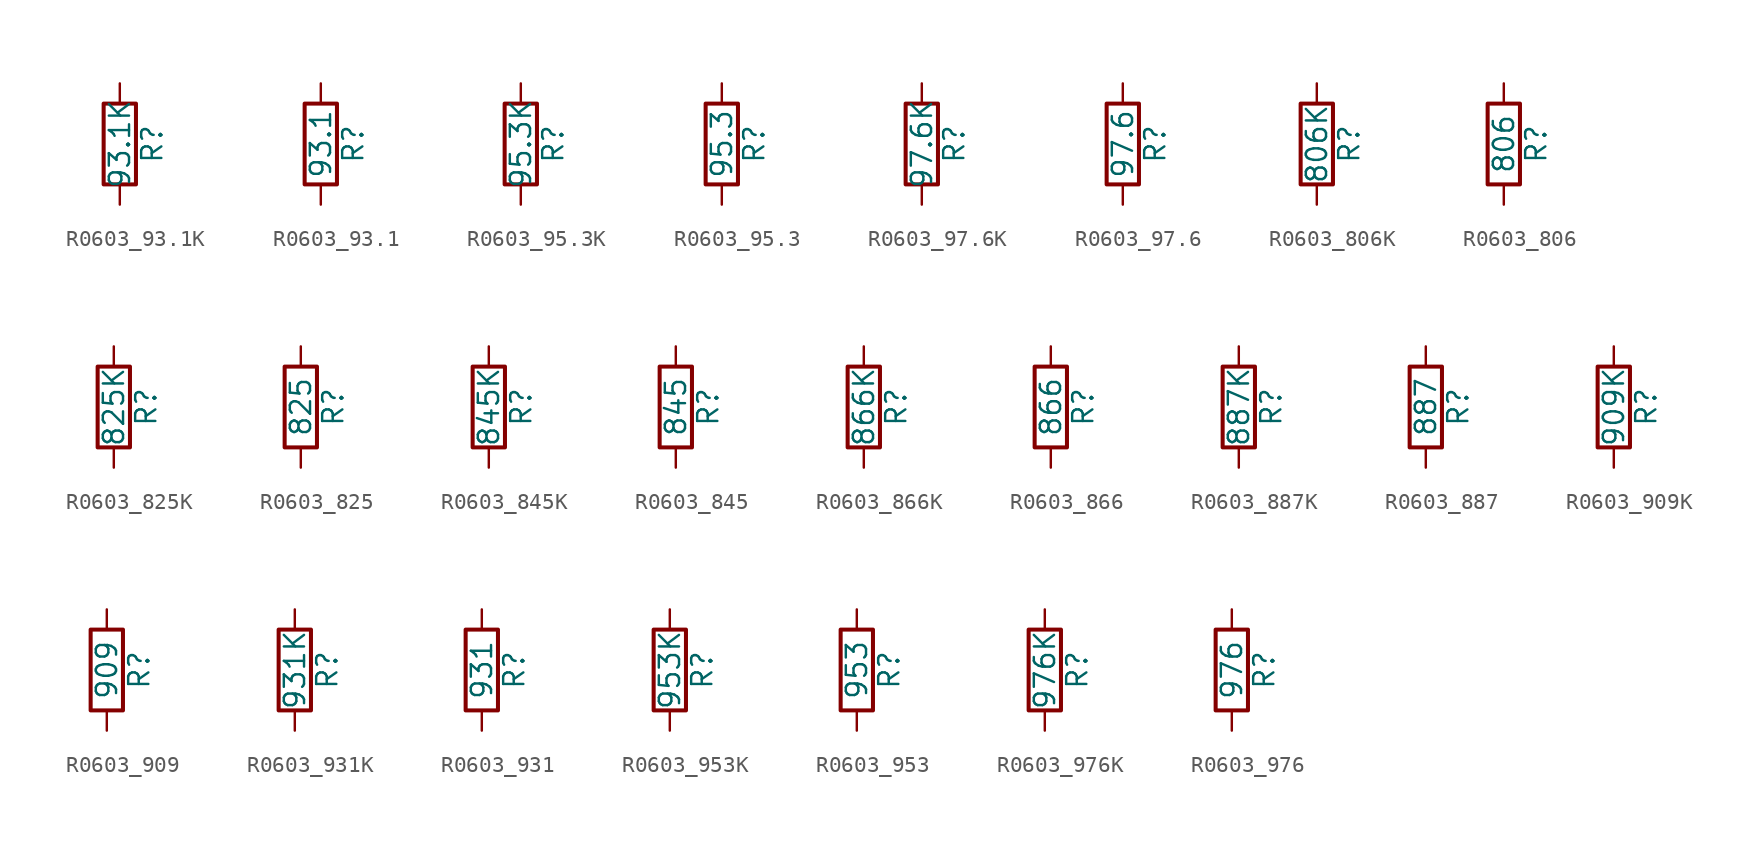
<source format=kicad_sym>
(kicad_symbol_lib
  (version 20211014)
  (generator atlantix-eda)
  (symbol "R0603_93.1K"
    (pin_numbers hide)
    (pin_names
      (offset 0))
    (property "Reference" "R"
      (at 2.032 0 90)
      (effects (font (size 1.27 1.27))))
    (property "Value" "93.1K"
      (at 0 0 90)
      (effects (font (size 1.27 1.27))))
    (symbol "R0603_93.1K_0_1"
      (rectangle (start -1.016 -2.54) (end 1.016 2.54) (stroke (width 0.254) (type default) (color 0 0 0 0)) (fill (type none))))
    (symbol "R0603_93.1K_1_1"
      (pin passive line (at 0 3.81 270) (length 1.27) (name "~" (effects (font (size 1.27 1.27)))) (number "1" (effects (font (size 1.27 1.27)))))
      (pin passive line (at 0 -3.81 90) (length 1.27) (name "~" (effects (font (size 1.27 1.27)))) (number "2" (effects (font (size 1.27 1.27)))))))
  (symbol "R0603_93.1"
    (pin_numbers hide)
    (pin_names
      (offset 0))
    (property "Reference" "R"
      (at 2.032 0 90)
      (effects (font (size 1.27 1.27))))
    (property "Value" "93.1"
      (at 0 0 90)
      (effects (font (size 1.27 1.27))))
    (symbol "R0603_93.1_0_1"
      (rectangle (start -1.016 -2.54) (end 1.016 2.54) (stroke (width 0.254) (type default) (color 0 0 0 0)) (fill (type none))))
    (symbol "R0603_93.1_1_1"
      (pin passive line (at 0 3.81 270) (length 1.27) (name "~" (effects (font (size 1.27 1.27)))) (number "1" (effects (font (size 1.27 1.27)))))
      (pin passive line (at 0 -3.81 90) (length 1.27) (name "~" (effects (font (size 1.27 1.27)))) (number "2" (effects (font (size 1.27 1.27)))))))
  (symbol "R0603_95.3K"
    (pin_numbers hide)
    (pin_names
      (offset 0))
    (property "Reference" "R"
      (at 2.032 0 90)
      (effects (font (size 1.27 1.27))))
    (property "Value" "95.3K"
      (at 0 0 90)
      (effects (font (size 1.27 1.27))))
    (symbol "R0603_95.3K_0_1"
      (rectangle (start -1.016 -2.54) (end 1.016 2.54) (stroke (width 0.254) (type default) (color 0 0 0 0)) (fill (type none))))
    (symbol "R0603_95.3K_1_1"
      (pin passive line (at 0 3.81 270) (length 1.27) (name "~" (effects (font (size 1.27 1.27)))) (number "1" (effects (font (size 1.27 1.27)))))
      (pin passive line (at 0 -3.81 90) (length 1.27) (name "~" (effects (font (size 1.27 1.27)))) (number "2" (effects (font (size 1.27 1.27)))))))
  (symbol "R0603_95.3"
    (pin_numbers hide)
    (pin_names
      (offset 0))
    (property "Reference" "R"
      (at 2.032 0 90)
      (effects (font (size 1.27 1.27))))
    (property "Value" "95.3"
      (at 0 0 90)
      (effects (font (size 1.27 1.27))))
    (symbol "R0603_95.3_0_1"
      (rectangle (start -1.016 -2.54) (end 1.016 2.54) (stroke (width 0.254) (type default) (color 0 0 0 0)) (fill (type none))))
    (symbol "R0603_95.3_1_1"
      (pin passive line (at 0 3.81 270) (length 1.27) (name "~" (effects (font (size 1.27 1.27)))) (number "1" (effects (font (size 1.27 1.27)))))
      (pin passive line (at 0 -3.81 90) (length 1.27) (name "~" (effects (font (size 1.27 1.27)))) (number "2" (effects (font (size 1.27 1.27)))))))
  (symbol "R0603_97.6K"
    (pin_numbers hide)
    (pin_names
      (offset 0))
    (property "Reference" "R"
      (at 2.032 0 90)
      (effects (font (size 1.27 1.27))))
    (property "Value" "97.6K"
      (at 0 0 90)
      (effects (font (size 1.27 1.27))))
    (symbol "R0603_97.6K_0_1"
      (rectangle (start -1.016 -2.54) (end 1.016 2.54) (stroke (width 0.254) (type default) (color 0 0 0 0)) (fill (type none))))
    (symbol "R0603_97.6K_1_1"
      (pin passive line (at 0 3.81 270) (length 1.27) (name "~" (effects (font (size 1.27 1.27)))) (number "1" (effects (font (size 1.27 1.27)))))
      (pin passive line (at 0 -3.81 90) (length 1.27) (name "~" (effects (font (size 1.27 1.27)))) (number "2" (effects (font (size 1.27 1.27)))))))
  (symbol "R0603_97.6"
    (pin_numbers hide)
    (pin_names
      (offset 0))
    (property "Reference" "R"
      (at 2.032 0 90)
      (effects (font (size 1.27 1.27))))
    (property "Value" "97.6"
      (at 0 0 90)
      (effects (font (size 1.27 1.27))))
    (symbol "R0603_97.6_0_1"
      (rectangle (start -1.016 -2.54) (end 1.016 2.54) (stroke (width 0.254) (type default) (color 0 0 0 0)) (fill (type none))))
    (symbol "R0603_97.6_1_1"
      (pin passive line (at 0 3.81 270) (length 1.27) (name "~" (effects (font (size 1.27 1.27)))) (number "1" (effects (font (size 1.27 1.27)))))
      (pin passive line (at 0 -3.81 90) (length 1.27) (name "~" (effects (font (size 1.27 1.27)))) (number "2" (effects (font (size 1.27 1.27)))))))
  (symbol "R0603_806K"
    (pin_numbers hide)
    (pin_names
      (offset 0))
    (property "Reference" "R"
      (at 2.032 0 90)
      (effects (font (size 1.27 1.27))))
    (property "Value" "806K"
      (at 0 0 90)
      (effects (font (size 1.27 1.27))))
    (symbol "R0603_806K_0_1"
      (rectangle (start -1.016 -2.54) (end 1.016 2.54) (stroke (width 0.254) (type default) (color 0 0 0 0)) (fill (type none))))
    (symbol "R0603_806K_1_1"
      (pin passive line (at 0 3.81 270) (length 1.27) (name "~" (effects (font (size 1.27 1.27)))) (number "1" (effects (font (size 1.27 1.27)))))
      (pin passive line (at 0 -3.81 90) (length 1.27) (name "~" (effects (font (size 1.27 1.27)))) (number "2" (effects (font (size 1.27 1.27)))))))
  (symbol "R0603_806"
    (pin_numbers hide)
    (pin_names
      (offset 0))
    (property "Reference" "R"
      (at 2.032 0 90)
      (effects (font (size 1.27 1.27))))
    (property "Value" "806"
      (at 0 0 90)
      (effects (font (size 1.27 1.27))))
    (symbol "R0603_806_0_1"
      (rectangle (start -1.016 -2.54) (end 1.016 2.54) (stroke (width 0.254) (type default) (color 0 0 0 0)) (fill (type none))))
    (symbol "R0603_806_1_1"
      (pin passive line (at 0 3.81 270) (length 1.27) (name "~" (effects (font (size 1.27 1.27)))) (number "1" (effects (font (size 1.27 1.27)))))
      (pin passive line (at 0 -3.81 90) (length 1.27) (name "~" (effects (font (size 1.27 1.27)))) (number "2" (effects (font (size 1.27 1.27)))))))
  (symbol "R0603_825K"
    (pin_numbers hide)
    (pin_names
      (offset 0))
    (property "Reference" "R"
      (at 2.032 0 90)
      (effects (font (size 1.27 1.27))))
    (property "Value" "825K"
      (at 0 0 90)
      (effects (font (size 1.27 1.27))))
    (symbol "R0603_825K_0_1"
      (rectangle (start -1.016 -2.54) (end 1.016 2.54) (stroke (width 0.254) (type default) (color 0 0 0 0)) (fill (type none))))
    (symbol "R0603_825K_1_1"
      (pin passive line (at 0 3.81 270) (length 1.27) (name "~" (effects (font (size 1.27 1.27)))) (number "1" (effects (font (size 1.27 1.27)))))
      (pin passive line (at 0 -3.81 90) (length 1.27) (name "~" (effects (font (size 1.27 1.27)))) (number "2" (effects (font (size 1.27 1.27)))))))
  (symbol "R0603_825"
    (pin_numbers hide)
    (pin_names
      (offset 0))
    (property "Reference" "R"
      (at 2.032 0 90)
      (effects (font (size 1.27 1.27))))
    (property "Value" "825"
      (at 0 0 90)
      (effects (font (size 1.27 1.27))))
    (symbol "R0603_825_0_1"
      (rectangle (start -1.016 -2.54) (end 1.016 2.54) (stroke (width 0.254) (type default) (color 0 0 0 0)) (fill (type none))))
    (symbol "R0603_825_1_1"
      (pin passive line (at 0 3.81 270) (length 1.27) (name "~" (effects (font (size 1.27 1.27)))) (number "1" (effects (font (size 1.27 1.27)))))
      (pin passive line (at 0 -3.81 90) (length 1.27) (name "~" (effects (font (size 1.27 1.27)))) (number "2" (effects (font (size 1.27 1.27)))))))
  (symbol "R0603_845K"
    (pin_numbers hide)
    (pin_names
      (offset 0))
    (property "Reference" "R"
      (at 2.032 0 90)
      (effects (font (size 1.27 1.27))))
    (property "Value" "845K"
      (at 0 0 90)
      (effects (font (size 1.27 1.27))))
    (symbol "R0603_845K_0_1"
      (rectangle (start -1.016 -2.54) (end 1.016 2.54) (stroke (width 0.254) (type default) (color 0 0 0 0)) (fill (type none))))
    (symbol "R0603_845K_1_1"
      (pin passive line (at 0 3.81 270) (length 1.27) (name "~" (effects (font (size 1.27 1.27)))) (number "1" (effects (font (size 1.27 1.27)))))
      (pin passive line (at 0 -3.81 90) (length 1.27) (name "~" (effects (font (size 1.27 1.27)))) (number "2" (effects (font (size 1.27 1.27)))))))
  (symbol "R0603_845"
    (pin_numbers hide)
    (pin_names
      (offset 0))
    (property "Reference" "R"
      (at 2.032 0 90)
      (effects (font (size 1.27 1.27))))
    (property "Value" "845"
      (at 0 0 90)
      (effects (font (size 1.27 1.27))))
    (symbol "R0603_845_0_1"
      (rectangle (start -1.016 -2.54) (end 1.016 2.54) (stroke (width 0.254) (type default) (color 0 0 0 0)) (fill (type none))))
    (symbol "R0603_845_1_1"
      (pin passive line (at 0 3.81 270) (length 1.27) (name "~" (effects (font (size 1.27 1.27)))) (number "1" (effects (font (size 1.27 1.27)))))
      (pin passive line (at 0 -3.81 90) (length 1.27) (name "~" (effects (font (size 1.27 1.27)))) (number "2" (effects (font (size 1.27 1.27)))))))
  (symbol "R0603_866K"
    (pin_numbers hide)
    (pin_names
      (offset 0))
    (property "Reference" "R"
      (at 2.032 0 90)
      (effects (font (size 1.27 1.27))))
    (property "Value" "866K"
      (at 0 0 90)
      (effects (font (size 1.27 1.27))))
    (symbol "R0603_866K_0_1"
      (rectangle (start -1.016 -2.54) (end 1.016 2.54) (stroke (width 0.254) (type default) (color 0 0 0 0)) (fill (type none))))
    (symbol "R0603_866K_1_1"
      (pin passive line (at 0 3.81 270) (length 1.27) (name "~" (effects (font (size 1.27 1.27)))) (number "1" (effects (font (size 1.27 1.27)))))
      (pin passive line (at 0 -3.81 90) (length 1.27) (name "~" (effects (font (size 1.27 1.27)))) (number "2" (effects (font (size 1.27 1.27)))))))
  (symbol "R0603_866"
    (pin_numbers hide)
    (pin_names
      (offset 0))
    (property "Reference" "R"
      (at 2.032 0 90)
      (effects (font (size 1.27 1.27))))
    (property "Value" "866"
      (at 0 0 90)
      (effects (font (size 1.27 1.27))))
    (symbol "R0603_866_0_1"
      (rectangle (start -1.016 -2.54) (end 1.016 2.54) (stroke (width 0.254) (type default) (color 0 0 0 0)) (fill (type none))))
    (symbol "R0603_866_1_1"
      (pin passive line (at 0 3.81 270) (length 1.27) (name "~" (effects (font (size 1.27 1.27)))) (number "1" (effects (font (size 1.27 1.27)))))
      (pin passive line (at 0 -3.81 90) (length 1.27) (name "~" (effects (font (size 1.27 1.27)))) (number "2" (effects (font (size 1.27 1.27)))))))
  (symbol "R0603_887K"
    (pin_numbers hide)
    (pin_names
      (offset 0))
    (property "Reference" "R"
      (at 2.032 0 90)
      (effects (font (size 1.27 1.27))))
    (property "Value" "887K"
      (at 0 0 90)
      (effects (font (size 1.27 1.27))))
    (symbol "R0603_887K_0_1"
      (rectangle (start -1.016 -2.54) (end 1.016 2.54) (stroke (width 0.254) (type default) (color 0 0 0 0)) (fill (type none))))
    (symbol "R0603_887K_1_1"
      (pin passive line (at 0 3.81 270) (length 1.27) (name "~" (effects (font (size 1.27 1.27)))) (number "1" (effects (font (size 1.27 1.27)))))
      (pin passive line (at 0 -3.81 90) (length 1.27) (name "~" (effects (font (size 1.27 1.27)))) (number "2" (effects (font (size 1.27 1.27)))))))
  (symbol "R0603_887"
    (pin_numbers hide)
    (pin_names
      (offset 0))
    (property "Reference" "R"
      (at 2.032 0 90)
      (effects (font (size 1.27 1.27))))
    (property "Value" "887"
      (at 0 0 90)
      (effects (font (size 1.27 1.27))))
    (symbol "R0603_887_0_1"
      (rectangle (start -1.016 -2.54) (end 1.016 2.54) (stroke (width 0.254) (type default) (color 0 0 0 0)) (fill (type none))))
    (symbol "R0603_887_1_1"
      (pin passive line (at 0 3.81 270) (length 1.27) (name "~" (effects (font (size 1.27 1.27)))) (number "1" (effects (font (size 1.27 1.27)))))
      (pin passive line (at 0 -3.81 90) (length 1.27) (name "~" (effects (font (size 1.27 1.27)))) (number "2" (effects (font (size 1.27 1.27)))))))
  (symbol "R0603_909K"
    (pin_numbers hide)
    (pin_names
      (offset 0))
    (property "Reference" "R"
      (at 2.032 0 90)
      (effects (font (size 1.27 1.27))))
    (property "Value" "909K"
      (at 0 0 90)
      (effects (font (size 1.27 1.27))))
    (symbol "R0603_909K_0_1"
      (rectangle (start -1.016 -2.54) (end 1.016 2.54) (stroke (width 0.254) (type default) (color 0 0 0 0)) (fill (type none))))
    (symbol "R0603_909K_1_1"
      (pin passive line (at 0 3.81 270) (length 1.27) (name "~" (effects (font (size 1.27 1.27)))) (number "1" (effects (font (size 1.27 1.27)))))
      (pin passive line (at 0 -3.81 90) (length 1.27) (name "~" (effects (font (size 1.27 1.27)))) (number "2" (effects (font (size 1.27 1.27)))))))
  (symbol "R0603_909"
    (pin_numbers hide)
    (pin_names
      (offset 0))
    (property "Reference" "R"
      (at 2.032 0 90)
      (effects (font (size 1.27 1.27))))
    (property "Value" "909"
      (at 0 0 90)
      (effects (font (size 1.27 1.27))))
    (symbol "R0603_909_0_1"
      (rectangle (start -1.016 -2.54) (end 1.016 2.54) (stroke (width 0.254) (type default) (color 0 0 0 0)) (fill (type none))))
    (symbol "R0603_909_1_1"
      (pin passive line (at 0 3.81 270) (length 1.27) (name "~" (effects (font (size 1.27 1.27)))) (number "1" (effects (font (size 1.27 1.27)))))
      (pin passive line (at 0 -3.81 90) (length 1.27) (name "~" (effects (font (size 1.27 1.27)))) (number "2" (effects (font (size 1.27 1.27)))))))
  (symbol "R0603_931K"
    (pin_numbers hide)
    (pin_names
      (offset 0))
    (property "Reference" "R"
      (at 2.032 0 90)
      (effects (font (size 1.27 1.27))))
    (property "Value" "931K"
      (at 0 0 90)
      (effects (font (size 1.27 1.27))))
    (symbol "R0603_931K_0_1"
      (rectangle (start -1.016 -2.54) (end 1.016 2.54) (stroke (width 0.254) (type default) (color 0 0 0 0)) (fill (type none))))
    (symbol "R0603_931K_1_1"
      (pin passive line (at 0 3.81 270) (length 1.27) (name "~" (effects (font (size 1.27 1.27)))) (number "1" (effects (font (size 1.27 1.27)))))
      (pin passive line (at 0 -3.81 90) (length 1.27) (name "~" (effects (font (size 1.27 1.27)))) (number "2" (effects (font (size 1.27 1.27)))))))
  (symbol "R0603_931"
    (pin_numbers hide)
    (pin_names
      (offset 0))
    (property "Reference" "R"
      (at 2.032 0 90)
      (effects (font (size 1.27 1.27))))
    (property "Value" "931"
      (at 0 0 90)
      (effects (font (size 1.27 1.27))))
    (symbol "R0603_931_0_1"
      (rectangle (start -1.016 -2.54) (end 1.016 2.54) (stroke (width 0.254) (type default) (color 0 0 0 0)) (fill (type none))))
    (symbol "R0603_931_1_1"
      (pin passive line (at 0 3.81 270) (length 1.27) (name "~" (effects (font (size 1.27 1.27)))) (number "1" (effects (font (size 1.27 1.27)))))
      (pin passive line (at 0 -3.81 90) (length 1.27) (name "~" (effects (font (size 1.27 1.27)))) (number "2" (effects (font (size 1.27 1.27)))))))
  (symbol "R0603_953K"
    (pin_numbers hide)
    (pin_names
      (offset 0))
    (property "Reference" "R"
      (at 2.032 0 90)
      (effects (font (size 1.27 1.27))))
    (property "Value" "953K"
      (at 0 0 90)
      (effects (font (size 1.27 1.27))))
    (symbol "R0603_953K_0_1"
      (rectangle (start -1.016 -2.54) (end 1.016 2.54) (stroke (width 0.254) (type default) (color 0 0 0 0)) (fill (type none))))
    (symbol "R0603_953K_1_1"
      (pin passive line (at 0 3.81 270) (length 1.27) (name "~" (effects (font (size 1.27 1.27)))) (number "1" (effects (font (size 1.27 1.27)))))
      (pin passive line (at 0 -3.81 90) (length 1.27) (name "~" (effects (font (size 1.27 1.27)))) (number "2" (effects (font (size 1.27 1.27)))))))
  (symbol "R0603_953"
    (pin_numbers hide)
    (pin_names
      (offset 0))
    (property "Reference" "R"
      (at 2.032 0 90)
      (effects (font (size 1.27 1.27))))
    (property "Value" "953"
      (at 0 0 90)
      (effects (font (size 1.27 1.27))))
    (symbol "R0603_953_0_1"
      (rectangle (start -1.016 -2.54) (end 1.016 2.54) (stroke (width 0.254) (type default) (color 0 0 0 0)) (fill (type none))))
    (symbol "R0603_953_1_1"
      (pin passive line (at 0 3.81 270) (length 1.27) (name "~" (effects (font (size 1.27 1.27)))) (number "1" (effects (font (size 1.27 1.27)))))
      (pin passive line (at 0 -3.81 90) (length 1.27) (name "~" (effects (font (size 1.27 1.27)))) (number "2" (effects (font (size 1.27 1.27)))))))
  (symbol "R0603_976K"
    (pin_numbers hide)
    (pin_names
      (offset 0))
    (property "Reference" "R"
      (at 2.032 0 90)
      (effects (font (size 1.27 1.27))))
    (property "Value" "976K"
      (at 0 0 90)
      (effects (font (size 1.27 1.27))))
    (symbol "R0603_976K_0_1"
      (rectangle (start -1.016 -2.54) (end 1.016 2.54) (stroke (width 0.254) (type default) (color 0 0 0 0)) (fill (type none))))
    (symbol "R0603_976K_1_1"
      (pin passive line (at 0 3.81 270) (length 1.27) (name "~" (effects (font (size 1.27 1.27)))) (number "1" (effects (font (size 1.27 1.27)))))
      (pin passive line (at 0 -3.81 90) (length 1.27) (name "~" (effects (font (size 1.27 1.27)))) (number "2" (effects (font (size 1.27 1.27)))))))
  (symbol "R0603_976"
    (pin_numbers hide)
    (pin_names
      (offset 0))
    (property "Reference" "R"
      (at 2.032 0 90)
      (effects (font (size 1.27 1.27))))
    (property "Value" "976"
      (at 0 0 90)
      (effects (font (size 1.27 1.27))))
    (symbol "R0603_976_0_1"
      (rectangle (start -1.016 -2.54) (end 1.016 2.54) (stroke (width 0.254) (type default) (color 0 0 0 0)) (fill (type none))))
    (symbol "R0603_976_1_1"
      (pin passive line (at 0 3.81 270) (length 1.27) (name "~" (effects (font (size 1.27 1.27)))) (number "1" (effects (font (size 1.27 1.27)))))
      (pin passive line (at 0 -3.81 90) (length 1.27) (name "~" (effects (font (size 1.27 1.27)))) (number "2" (effects (font (size 1.27 1.27))))))))
</source>
